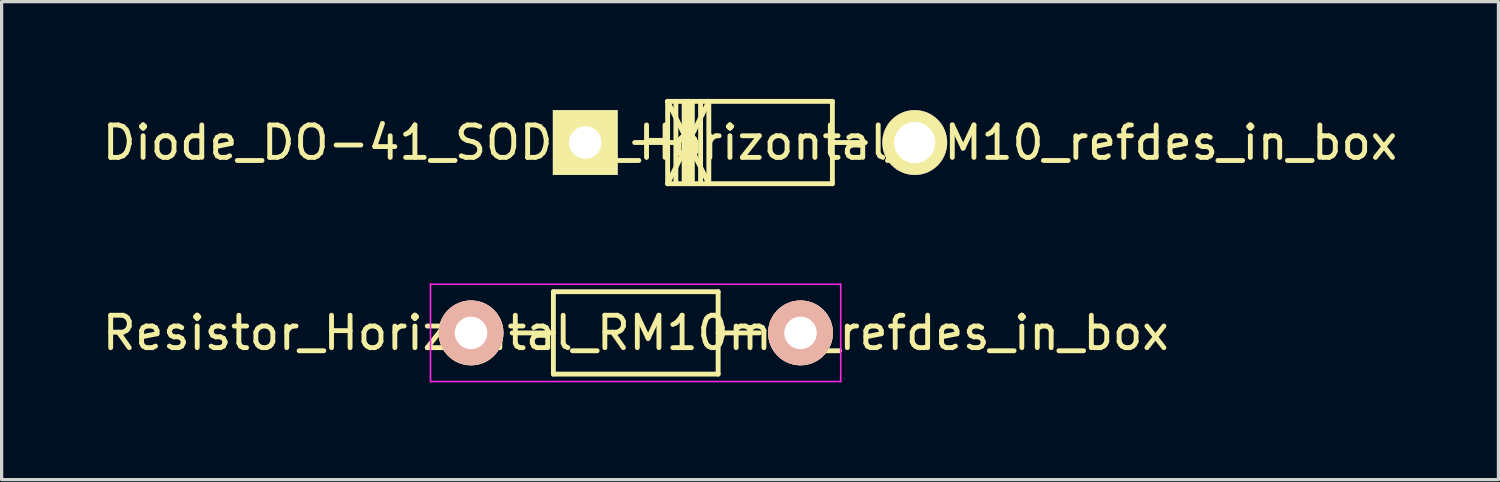
<source format=kicad_pcb>
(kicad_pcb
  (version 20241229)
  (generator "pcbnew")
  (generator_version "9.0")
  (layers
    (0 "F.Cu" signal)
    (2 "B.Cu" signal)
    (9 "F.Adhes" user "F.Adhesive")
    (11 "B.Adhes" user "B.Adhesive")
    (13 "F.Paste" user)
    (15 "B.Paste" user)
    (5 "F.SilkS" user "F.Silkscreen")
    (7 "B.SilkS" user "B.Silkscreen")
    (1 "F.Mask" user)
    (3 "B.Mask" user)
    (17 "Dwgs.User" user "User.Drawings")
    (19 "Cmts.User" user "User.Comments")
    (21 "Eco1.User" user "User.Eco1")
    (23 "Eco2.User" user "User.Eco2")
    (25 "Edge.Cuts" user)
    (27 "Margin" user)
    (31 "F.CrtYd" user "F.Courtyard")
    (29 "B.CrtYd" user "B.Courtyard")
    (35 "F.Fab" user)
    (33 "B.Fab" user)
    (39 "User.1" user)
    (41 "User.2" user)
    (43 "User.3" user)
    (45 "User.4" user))
  (footprint "Resistor_Horizontal_RM10mm_refdes_in_box"
    (placed yes)
    (layer "F.Cu")
    (at 11.474 7.215)
    (property "Reference" "Resistor_Horizontal_RM10mm_refdes_in_box" (at 5.08 0 0) (layer "F.SilkS") (effects (font (size 1 1) (thickness 0.15))))
    (attr through_hole)
    (fp_line (start 2.54 -1.27) (end 7.62 -1.27) (stroke (width 0.15) (type solid)) (layer "F.SilkS"))
    (fp_line (start 2.54 0) (end 1.27 0) (stroke (width 0.15) (type solid)) (layer "F.SilkS"))
    (fp_line (start 2.54 1.27) (end 2.54 -1.27) (stroke (width 0.15) (type solid)) (layer "F.SilkS"))
    (fp_line (start 7.62 -1.27) (end 7.62 1.27) (stroke (width 0.15) (type solid)) (layer "F.SilkS"))
    (fp_line (start 7.62 0) (end 8.89 0) (stroke (width 0.15) (type solid)) (layer "F.SilkS"))
    (fp_line (start 7.62 1.27) (end 2.54 1.27) (stroke (width 0.15) (type solid)) (layer "F.SilkS"))
    (fp_line (start -1.25 -1.5) (end 11.4 -1.5) (stroke (width 0.05) (type solid)) (layer "F.CrtYd"))
    (fp_line (start -1.25 1.5) (end -1.25 -1.5) (stroke (width 0.05) (type solid)) (layer "F.CrtYd"))
    (fp_line (start -1.25 1.5) (end 11.4 1.5) (stroke (width 0.05) (type solid)) (layer "F.CrtYd"))
    (fp_line (start 11.4 -1.5) (end 11.4 1.5) (stroke (width 0.05) (type solid)) (layer "F.CrtYd"))
    (pad "1" thru_hole circle (at 0 0) (size 1.999 1.999) (drill 1.001) (layers "*.Cu" "*.SilkS" "*.Mask"))
    (pad "2" thru_hole circle (at 10.16 0) (size 1.999 1.999) (drill 1.001) (layers "*.Cu" "*.SilkS" "*.Mask")))
  (footprint "Diode_DO-41_SOD81_Horizontal_RM10_refdes_in_box"
    (placed yes)
    (layer "F.Cu")
    (at 14.997 1.348)
    (property "Reference" "Diode_DO-41_SOD81_Horizontal_RM10_refdes_in_box" (at 5.08 0 0) (layer "F.SilkS") (effects (font (size 1 1) (thickness 0.15))))
    (attr through_hole)
    (fp_line (start 2.54 -1.273) (end 3.81 1.267) (stroke (width 0.15) (type solid)) (layer "F.SilkS"))
    (fp_line (start 2.54 -1.273) (end 7.62 -1.273) (stroke (width 0.15) (type solid)) (layer "F.SilkS"))
    (fp_line (start 2.54 1.267) (end 2.54 -1.273) (stroke (width 0.15) (type solid)) (layer "F.SilkS"))
    (fp_line (start 2.794 -1.273) (end 2.794 1.267) (stroke (width 0.15) (type solid)) (layer "F.SilkS"))
    (fp_line (start 2.794 -0.003) (end 1.524 -0.003) (stroke (width 0.15) (type solid)) (layer "F.SilkS"))
    (fp_line (start 3.048 -1.273) (end 3.048 1.267) (stroke (width 0.15) (type solid)) (layer "F.SilkS"))
    (fp_line (start 3.175 -1.273) (end 3.175 1.267) (stroke (width 0.15) (type solid)) (layer "F.SilkS"))
    (fp_line (start 3.302 -1.273) (end 3.302 1.267) (stroke (width 0.15) (type solid)) (layer "F.SilkS"))
    (fp_line (start 3.556 -1.273) (end 3.556 1.267) (stroke (width 0.15) (type solid)) (layer "F.SilkS"))
    (fp_line (start 3.81 -1.273) (end 2.54 1.267) (stroke (width 0.15) (type solid)) (layer "F.SilkS"))
    (fp_line (start 3.81 -1.273) (end 3.81 1.267) (stroke (width 0.15) (type solid)) (layer "F.SilkS"))
    (fp_line (start 7.62 -1.273) (end 7.62 1.267) (stroke (width 0.15) (type solid)) (layer "F.SilkS"))
    (fp_line (start 7.62 -0.003) (end 8.636 -0.003) (stroke (width 0.15) (type solid)) (layer "F.SilkS"))
    (fp_line (start 7.62 1.267) (end 2.54 1.267) (stroke (width 0.15) (type solid)) (layer "F.SilkS"))
    (pad "1" thru_hole rect (at 0 -0.003 180) (size 1.999 1.999) (drill 1.001) (layers "*.Cu" "*.Mask" "F.SilkS"))
    (pad "2" thru_hole circle (at 10.16 -0.003 180) (size 1.999 1.999) (drill 1.27) (layers "*.Cu" "*.Mask" "F.SilkS")))
  (gr_rect
    (start -3 -3)
    (end 43.155 11.74)
    (stroke (width 0.1) (type default))
    (fill no)
    (layer "Edge.Cuts")))
</source>
